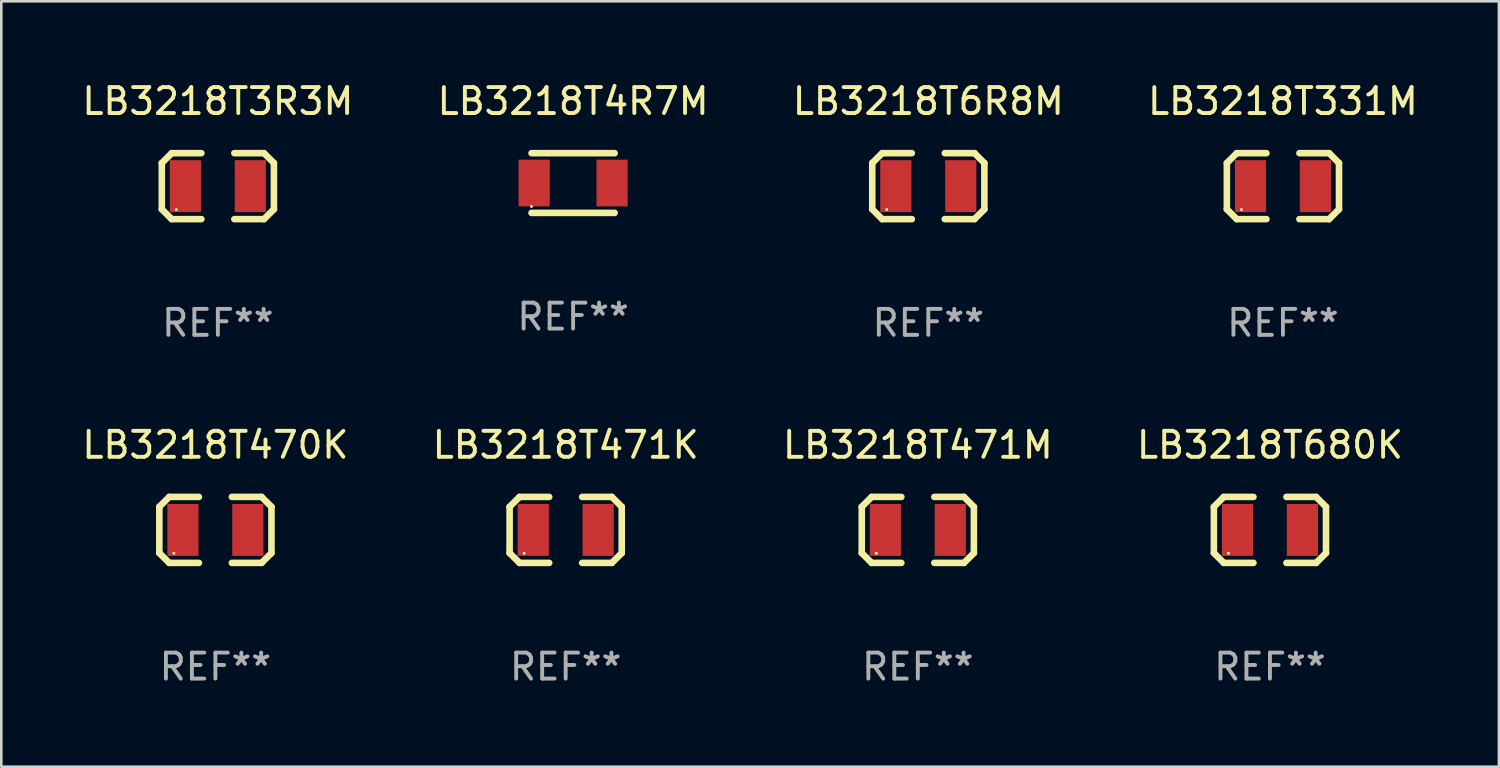
<source format=kicad_pcb>
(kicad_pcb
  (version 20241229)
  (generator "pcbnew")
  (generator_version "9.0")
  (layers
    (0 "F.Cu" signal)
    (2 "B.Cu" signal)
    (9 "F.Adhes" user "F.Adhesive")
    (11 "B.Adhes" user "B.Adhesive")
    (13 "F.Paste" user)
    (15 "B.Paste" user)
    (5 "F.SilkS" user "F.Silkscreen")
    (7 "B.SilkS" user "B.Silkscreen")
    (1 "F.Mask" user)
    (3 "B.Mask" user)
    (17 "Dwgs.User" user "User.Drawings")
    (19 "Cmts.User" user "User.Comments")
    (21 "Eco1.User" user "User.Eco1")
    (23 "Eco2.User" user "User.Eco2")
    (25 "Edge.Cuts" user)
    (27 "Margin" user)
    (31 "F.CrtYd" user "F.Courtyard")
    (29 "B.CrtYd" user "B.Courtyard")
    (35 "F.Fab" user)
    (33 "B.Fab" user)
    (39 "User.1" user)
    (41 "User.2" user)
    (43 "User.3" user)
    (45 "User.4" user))
  (footprint "LB3218T4R7M"
    (layer "F.Cu")
    (at 19.018 3.998)
    (property "Reference" "LB3218T4R7M" (at 0 -3.15 0) (layer "F.SilkS") (effects (font (size 1 1) (thickness 0.15))))
    (attr through_hole)
    (fp_line (start -1.6 -1.15) (end 1.6 -1.15) (stroke (width 0.254) (type solid)) (layer "F.SilkS"))
    (fp_line (start 1.6 1.15) (end -1.6 1.15) (stroke (width 0.254) (type solid)) (layer "F.SilkS"))
    (fp_circle (center -1.6 0.9) (end -1.57 0.9) (stroke (width 0.06) (type solid)) (fill no) (layer "F.SilkS"))
    (fp_text user "REF**" (at 0 5.15 0) (layer "F.Fab") (effects (font (size 1 1) (thickness 0.15))))
    (pad "1" smd rect (at -1.5 0) (size 1.2 1.8) (layers "F.Cu" "F.Mask" "F.Paste"))
    (pad "2" smd rect (at 1.5 0) (size 1.2 1.8) (layers "F.Cu" "F.Mask" "F.Paste")))
  (footprint "LB3218T471M"
    (layer "F.Cu")
    (at 32.292 17.355)
    (property "Reference" "LB3218T471M" (at 0 -3.27 0) (layer "F.SilkS") (effects (font (size 1 1) (thickness 0.15))))
    (attr through_hole)
    (fp_line (start -2.159 -0.889) (end -2.159 0.889) (stroke (width 0.254) (type solid)) (layer "F.SilkS"))
    (fp_line (start -2.159 0.889) (end -1.778 1.27) (stroke (width 0.254) (type solid)) (layer "F.SilkS"))
    (fp_line (start -1.778 -1.27) (end -2.159 -0.889) (stroke (width 0.254) (type solid)) (layer "F.SilkS"))
    (fp_line (start -1.778 1.27) (end -0.635 1.27) (stroke (width 0.254) (type solid)) (layer "F.SilkS"))
    (fp_line (start -0.635 -1.27) (end -1.778 -1.27) (stroke (width 0.254) (type solid)) (layer "F.SilkS"))
    (fp_line (start 0.635 1.27) (end 1.778 1.27) (stroke (width 0.254) (type solid)) (layer "F.SilkS"))
    (fp_line (start 1.778 -1.27) (end 0.635 -1.27) (stroke (width 0.254) (type solid)) (layer "F.SilkS"))
    (fp_line (start 1.778 1.27) (end 2.159 0.889) (stroke (width 0.254) (type solid)) (layer "F.SilkS"))
    (fp_line (start 2.159 -0.889) (end 1.778 -1.27) (stroke (width 0.254) (type solid)) (layer "F.SilkS"))
    (fp_line (start 2.159 0.889) (end 2.159 -0.889) (stroke (width 0.254) (type solid)) (layer "F.SilkS"))
    (fp_circle (center -1.6 0.9) (end -1.57 0.9) (stroke (width 0.06) (type solid)) (fill no) (layer "F.SilkS"))
    (fp_text user "REF**" (at 0 5.27 0) (layer "F.Fab") (effects (font (size 1 1) (thickness 0.15))))
    (pad "1" smd rect (at -1.25 0) (size 1.2 2) (layers "F.Cu" "F.Mask" "F.Paste"))
    (pad "2" smd rect (at 1.25 0) (size 1.2 2) (layers "F.Cu" "F.Mask" "F.Paste")))
  (footprint "LB3218T470K"
    (layer "F.Cu")
    (at 5.244 17.355)
    (property "Reference" "LB3218T470K" (at 0 -3.27 0) (layer "F.SilkS") (effects (font (size 1 1) (thickness 0.15))))
    (attr through_hole)
    (fp_line (start -2.159 -0.889) (end -2.159 0.889) (stroke (width 0.254) (type solid)) (layer "F.SilkS"))
    (fp_line (start -2.159 0.889) (end -1.778 1.27) (stroke (width 0.254) (type solid)) (layer "F.SilkS"))
    (fp_line (start -1.778 -1.27) (end -2.159 -0.889) (stroke (width 0.254) (type solid)) (layer "F.SilkS"))
    (fp_line (start -1.778 1.27) (end -0.635 1.27) (stroke (width 0.254) (type solid)) (layer "F.SilkS"))
    (fp_line (start -0.635 -1.27) (end -1.778 -1.27) (stroke (width 0.254) (type solid)) (layer "F.SilkS"))
    (fp_line (start 0.635 1.27) (end 1.778 1.27) (stroke (width 0.254) (type solid)) (layer "F.SilkS"))
    (fp_line (start 1.778 -1.27) (end 0.635 -1.27) (stroke (width 0.254) (type solid)) (layer "F.SilkS"))
    (fp_line (start 1.778 1.27) (end 2.159 0.889) (stroke (width 0.254) (type solid)) (layer "F.SilkS"))
    (fp_line (start 2.159 -0.889) (end 1.778 -1.27) (stroke (width 0.254) (type solid)) (layer "F.SilkS"))
    (fp_line (start 2.159 0.889) (end 2.159 -0.889) (stroke (width 0.254) (type solid)) (layer "F.SilkS"))
    (fp_circle (center -1.6 0.9) (end -1.57 0.9) (stroke (width 0.06) (type solid)) (fill no) (layer "F.SilkS"))
    (fp_text user "REF**" (at 0 5.27 0) (layer "F.Fab") (effects (font (size 1 1) (thickness 0.15))))
    (pad "1" smd rect (at -1.25 0) (size 1.2 2) (layers "F.Cu" "F.Mask" "F.Paste"))
    (pad "2" smd rect (at 1.25 0) (size 1.2 2) (layers "F.Cu" "F.Mask" "F.Paste")))
  (footprint "LB3218T331M"
    (layer "F.Cu")
    (at 46.351 4.118)
    (property "Reference" "LB3218T331M" (at 0 -3.27 0) (layer "F.SilkS") (effects (font (size 1 1) (thickness 0.15))))
    (attr through_hole)
    (fp_line (start -2.159 -0.889) (end -2.159 0.889) (stroke (width 0.254) (type solid)) (layer "F.SilkS"))
    (fp_line (start -2.159 0.889) (end -1.778 1.27) (stroke (width 0.254) (type solid)) (layer "F.SilkS"))
    (fp_line (start -1.778 -1.27) (end -2.159 -0.889) (stroke (width 0.254) (type solid)) (layer "F.SilkS"))
    (fp_line (start -1.778 1.27) (end -0.635 1.27) (stroke (width 0.254) (type solid)) (layer "F.SilkS"))
    (fp_line (start -0.635 -1.27) (end -1.778 -1.27) (stroke (width 0.254) (type solid)) (layer "F.SilkS"))
    (fp_line (start 0.635 1.27) (end 1.778 1.27) (stroke (width 0.254) (type solid)) (layer "F.SilkS"))
    (fp_line (start 1.778 -1.27) (end 0.635 -1.27) (stroke (width 0.254) (type solid)) (layer "F.SilkS"))
    (fp_line (start 1.778 1.27) (end 2.159 0.889) (stroke (width 0.254) (type solid)) (layer "F.SilkS"))
    (fp_line (start 2.159 -0.889) (end 1.778 -1.27) (stroke (width 0.254) (type solid)) (layer "F.SilkS"))
    (fp_line (start 2.159 0.889) (end 2.159 -0.889) (stroke (width 0.254) (type solid)) (layer "F.SilkS"))
    (fp_circle (center -1.6 0.9) (end -1.57 0.9) (stroke (width 0.06) (type solid)) (fill no) (layer "F.SilkS"))
    (fp_text user "REF**" (at 0 5.27 0) (layer "F.Fab") (effects (font (size 1 1) (thickness 0.15))))
    (pad "1" smd rect (at -1.25 0) (size 1.2 2) (layers "F.Cu" "F.Mask" "F.Paste"))
    (pad "2" smd rect (at 1.25 0) (size 1.2 2) (layers "F.Cu" "F.Mask" "F.Paste")))
  (footprint "LB3218T6R8M"
    (layer "F.Cu")
    (at 32.696 4.118)
    (property "Reference" "LB3218T6R8M" (at 0 -3.27 0) (layer "F.SilkS") (effects (font (size 1 1) (thickness 0.15))))
    (attr through_hole)
    (fp_line (start -2.159 -0.889) (end -2.159 0.889) (stroke (width 0.254) (type solid)) (layer "F.SilkS"))
    (fp_line (start -2.159 0.889) (end -1.778 1.27) (stroke (width 0.254) (type solid)) (layer "F.SilkS"))
    (fp_line (start -1.778 -1.27) (end -2.159 -0.889) (stroke (width 0.254) (type solid)) (layer "F.SilkS"))
    (fp_line (start -1.778 1.27) (end -0.635 1.27) (stroke (width 0.254) (type solid)) (layer "F.SilkS"))
    (fp_line (start -0.635 -1.27) (end -1.778 -1.27) (stroke (width 0.254) (type solid)) (layer "F.SilkS"))
    (fp_line (start 0.635 1.27) (end 1.778 1.27) (stroke (width 0.254) (type solid)) (layer "F.SilkS"))
    (fp_line (start 1.778 -1.27) (end 0.635 -1.27) (stroke (width 0.254) (type solid)) (layer "F.SilkS"))
    (fp_line (start 1.778 1.27) (end 2.159 0.889) (stroke (width 0.254) (type solid)) (layer "F.SilkS"))
    (fp_line (start 2.159 -0.889) (end 1.778 -1.27) (stroke (width 0.254) (type solid)) (layer "F.SilkS"))
    (fp_line (start 2.159 0.889) (end 2.159 -0.889) (stroke (width 0.254) (type solid)) (layer "F.SilkS"))
    (fp_circle (center -1.6 0.9) (end -1.57 0.9) (stroke (width 0.06) (type solid)) (fill no) (layer "F.SilkS"))
    (fp_text user "REF**" (at 0 5.27 0) (layer "F.Fab") (effects (font (size 1 1) (thickness 0.15))))
    (pad "1" smd rect (at -1.25 0) (size 1.2 2) (layers "F.Cu" "F.Mask" "F.Paste"))
    (pad "2" smd rect (at 1.25 0) (size 1.2 2) (layers "F.Cu" "F.Mask" "F.Paste")))
  (footprint "LB3218T3R3M"
    (layer "F.Cu")
    (at 5.339 4.118)
    (property "Reference" "LB3218T3R3M" (at 0 -3.27 0) (layer "F.SilkS") (effects (font (size 1 1) (thickness 0.15))))
    (attr through_hole)
    (fp_line (start -2.159 -0.889) (end -2.159 0.889) (stroke (width 0.254) (type solid)) (layer "F.SilkS"))
    (fp_line (start -2.159 0.889) (end -1.778 1.27) (stroke (width 0.254) (type solid)) (layer "F.SilkS"))
    (fp_line (start -1.778 -1.27) (end -2.159 -0.889) (stroke (width 0.254) (type solid)) (layer "F.SilkS"))
    (fp_line (start -1.778 1.27) (end -0.635 1.27) (stroke (width 0.254) (type solid)) (layer "F.SilkS"))
    (fp_line (start -0.635 -1.27) (end -1.778 -1.27) (stroke (width 0.254) (type solid)) (layer "F.SilkS"))
    (fp_line (start 0.635 1.27) (end 1.778 1.27) (stroke (width 0.254) (type solid)) (layer "F.SilkS"))
    (fp_line (start 1.778 -1.27) (end 0.635 -1.27) (stroke (width 0.254) (type solid)) (layer "F.SilkS"))
    (fp_line (start 1.778 1.27) (end 2.159 0.889) (stroke (width 0.254) (type solid)) (layer "F.SilkS"))
    (fp_line (start 2.159 -0.889) (end 1.778 -1.27) (stroke (width 0.254) (type solid)) (layer "F.SilkS"))
    (fp_line (start 2.159 0.889) (end 2.159 -0.889) (stroke (width 0.254) (type solid)) (layer "F.SilkS"))
    (fp_circle (center -1.6 0.9) (end -1.57 0.9) (stroke (width 0.06) (type solid)) (fill no) (layer "F.SilkS"))
    (fp_text user "REF**" (at 0 5.27 0) (layer "F.Fab") (effects (font (size 1 1) (thickness 0.15))))
    (pad "1" smd rect (at -1.25 0) (size 1.2 2) (layers "F.Cu" "F.Mask" "F.Paste"))
    (pad "2" smd rect (at 1.25 0) (size 1.2 2) (layers "F.Cu" "F.Mask" "F.Paste")))
  (footprint "LB3218T680K"
    (layer "F.Cu")
    (at 45.851 17.355)
    (property "Reference" "LB3218T680K" (at 0 -3.27 0) (layer "F.SilkS") (effects (font (size 1 1) (thickness 0.15))))
    (attr through_hole)
    (fp_line (start -2.159 -0.889) (end -2.159 0.889) (stroke (width 0.254) (type solid)) (layer "F.SilkS"))
    (fp_line (start -2.159 0.889) (end -1.778 1.27) (stroke (width 0.254) (type solid)) (layer "F.SilkS"))
    (fp_line (start -1.778 -1.27) (end -2.159 -0.889) (stroke (width 0.254) (type solid)) (layer "F.SilkS"))
    (fp_line (start -1.778 1.27) (end -0.635 1.27) (stroke (width 0.254) (type solid)) (layer "F.SilkS"))
    (fp_line (start -0.635 -1.27) (end -1.778 -1.27) (stroke (width 0.254) (type solid)) (layer "F.SilkS"))
    (fp_line (start 0.635 1.27) (end 1.778 1.27) (stroke (width 0.254) (type solid)) (layer "F.SilkS"))
    (fp_line (start 1.778 -1.27) (end 0.635 -1.27) (stroke (width 0.254) (type solid)) (layer "F.SilkS"))
    (fp_line (start 1.778 1.27) (end 2.159 0.889) (stroke (width 0.254) (type solid)) (layer "F.SilkS"))
    (fp_line (start 2.159 -0.889) (end 1.778 -1.27) (stroke (width 0.254) (type solid)) (layer "F.SilkS"))
    (fp_line (start 2.159 0.889) (end 2.159 -0.889) (stroke (width 0.254) (type solid)) (layer "F.SilkS"))
    (fp_circle (center -1.6 0.9) (end -1.57 0.9) (stroke (width 0.06) (type solid)) (fill no) (layer "F.SilkS"))
    (fp_text user "REF**" (at 0 5.27 0) (layer "F.Fab") (effects (font (size 1 1) (thickness 0.15))))
    (pad "1" smd rect (at -1.25 0) (size 1.2 2) (layers "F.Cu" "F.Mask" "F.Paste"))
    (pad "2" smd rect (at 1.25 0) (size 1.2 2) (layers "F.Cu" "F.Mask" "F.Paste")))
  (footprint "LB3218T471K"
    (layer "F.Cu")
    (at 18.732 17.355)
    (property "Reference" "LB3218T471K" (at 0 -3.27 0) (layer "F.SilkS") (effects (font (size 1 1) (thickness 0.15))))
    (attr through_hole)
    (fp_line (start -2.159 -0.889) (end -2.159 0.889) (stroke (width 0.254) (type solid)) (layer "F.SilkS"))
    (fp_line (start -2.159 0.889) (end -1.778 1.27) (stroke (width 0.254) (type solid)) (layer "F.SilkS"))
    (fp_line (start -1.778 -1.27) (end -2.159 -0.889) (stroke (width 0.254) (type solid)) (layer "F.SilkS"))
    (fp_line (start -1.778 1.27) (end -0.635 1.27) (stroke (width 0.254) (type solid)) (layer "F.SilkS"))
    (fp_line (start -0.635 -1.27) (end -1.778 -1.27) (stroke (width 0.254) (type solid)) (layer "F.SilkS"))
    (fp_line (start 0.635 1.27) (end 1.778 1.27) (stroke (width 0.254) (type solid)) (layer "F.SilkS"))
    (fp_line (start 1.778 -1.27) (end 0.635 -1.27) (stroke (width 0.254) (type solid)) (layer "F.SilkS"))
    (fp_line (start 1.778 1.27) (end 2.159 0.889) (stroke (width 0.254) (type solid)) (layer "F.SilkS"))
    (fp_line (start 2.159 -0.889) (end 1.778 -1.27) (stroke (width 0.254) (type solid)) (layer "F.SilkS"))
    (fp_line (start 2.159 0.889) (end 2.159 -0.889) (stroke (width 0.254) (type solid)) (layer "F.SilkS"))
    (fp_circle (center -1.6 0.9) (end -1.57 0.9) (stroke (width 0.06) (type solid)) (fill no) (layer "F.SilkS"))
    (fp_text user "REF**" (at 0 5.27 0) (layer "F.Fab") (effects (font (size 1 1) (thickness 0.15))))
    (pad "1" smd rect (at -1.25 0) (size 1.2 2) (layers "F.Cu" "F.Mask" "F.Paste"))
    (pad "2" smd rect (at 1.25 0) (size 1.2 2) (layers "F.Cu" "F.Mask" "F.Paste")))
  (gr_rect
    (start -3 -3)
    (end 54.667 26.473)
    (stroke (width 0.1) (type default))
    (fill no)
    (layer "Edge.Cuts")))
</source>
